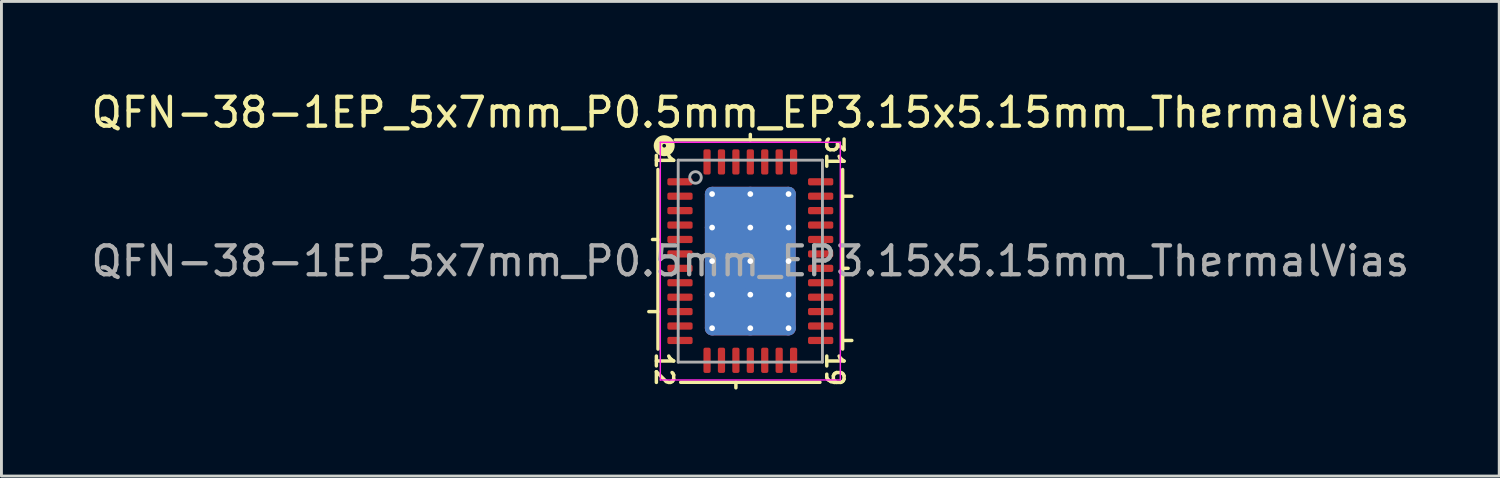
<source format=kicad_pcb>
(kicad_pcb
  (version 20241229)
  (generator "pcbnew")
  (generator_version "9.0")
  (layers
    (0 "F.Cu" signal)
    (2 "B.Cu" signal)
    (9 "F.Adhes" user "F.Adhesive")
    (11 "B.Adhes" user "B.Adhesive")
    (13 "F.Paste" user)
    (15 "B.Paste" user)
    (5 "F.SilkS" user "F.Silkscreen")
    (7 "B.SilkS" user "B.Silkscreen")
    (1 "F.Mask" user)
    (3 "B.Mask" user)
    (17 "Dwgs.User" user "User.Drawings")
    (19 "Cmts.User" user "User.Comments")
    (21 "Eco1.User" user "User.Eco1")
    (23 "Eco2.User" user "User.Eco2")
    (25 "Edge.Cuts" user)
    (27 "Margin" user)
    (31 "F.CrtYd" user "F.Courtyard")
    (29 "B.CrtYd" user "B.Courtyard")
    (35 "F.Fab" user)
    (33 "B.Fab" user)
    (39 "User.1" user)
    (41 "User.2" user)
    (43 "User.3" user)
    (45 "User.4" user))
  (footprint "QFN-38-1EP_5x7mm_P0.5mm_EP3.15x5.15mm_ThermalVias"
    (layer "F.Cu")
    (at 22.958 6.001)
    (property "Reference" "QFN-38-1EP_5x7mm_P0.5mm_EP3.15x5.15mm_ThermalVias" (at 0 -5.152 0) (layer "F.SilkS") (effects (font (size 1 1) (thickness 0.15))))
    (attr smd)
    (fp_line (start -3.2 -3.175) (end -3.2 3.048) (stroke (width 0.12) (type solid)) (layer "F.SilkS"))
    (fp_line (start -3.2 -0.75) (end -3.39 -0.75) (stroke (width 0.12) (type solid)) (layer "F.SilkS"))
    (fp_line (start -3.2 1.75) (end -3.518 1.75) (stroke (width 0.12) (type solid)) (layer "F.SilkS"))
    (fp_line (start -2.413 4.2) (end 2.413 4.2) (stroke (width 0.12) (type solid)) (layer "F.SilkS"))
    (fp_line (start -0.5 4.2) (end -0.5 4.391) (stroke (width 0.12) (type solid)) (layer "F.SilkS"))
    (fp_line (start 0 -4.2) (end 0 -4.391) (stroke (width 0.12) (type solid)) (layer "F.SilkS"))
    (fp_line (start 2.413 -4.2) (end -2.603 -4.2) (stroke (width 0.12) (type solid)) (layer "F.SilkS"))
    (fp_line (start 3.2 -2.25) (end 3.518 -2.25) (stroke (width 0.12) (type solid)) (layer "F.SilkS"))
    (fp_line (start 3.2 0.25) (end 3.39 0.25) (stroke (width 0.12) (type solid)) (layer "F.SilkS"))
    (fp_line (start 3.2 2.75) (end 3.518 2.75) (stroke (width 0.12) (type solid)) (layer "F.SilkS"))
    (fp_line (start 3.2 3.048) (end 3.2 -3.175) (stroke (width 0.12) (type solid)) (layer "F.SilkS"))
    (fp_circle (center -2.985 -4) (end -2.921 -4) (stroke (width 0.3) (type solid)) (fill no) (layer "F.SilkS"))
    (fp_line (start -3.12 -4.12) (end -3.12 4.12) (stroke (width 0.05) (type solid)) (layer "F.CrtYd"))
    (fp_line (start -3.12 4.12) (end 3.12 4.12) (stroke (width 0.05) (type solid)) (layer "F.CrtYd"))
    (fp_line (start 3.12 -4.12) (end -3.12 -4.12) (stroke (width 0.05) (type solid)) (layer "F.CrtYd"))
    (fp_line (start 3.12 4.12) (end 3.12 -4.12) (stroke (width 0.05) (type solid)) (layer "F.CrtYd"))
    (fp_line (start -2.5 -3.5) (end 2.5 -3.5) (stroke (width 0.1) (type solid)) (layer "F.Fab"))
    (fp_line (start -2.5 3.5) (end -2.5 -3.5) (stroke (width 0.1) (type solid)) (layer "F.Fab"))
    (fp_line (start 2.5 -3.5) (end 2.5 3.5) (stroke (width 0.1) (type solid)) (layer "F.Fab"))
    (fp_line (start 2.5 3.5) (end -2.5 3.5) (stroke (width 0.1) (type solid)) (layer "F.Fab"))
    (fp_circle (center -1.9 -2.9) (end -1.7 -2.9) (stroke (width 0.1) (type solid)) (fill no) (layer "F.Fab"))
    (fp_text user "1" (at -2.985 -3.493 270) (unlocked yes) (layer "F.SilkS") (effects (font (size 0.6 0.6) (thickness 0.12))))
    (fp_text user "31" (at 2.921 -3.747 270) (unlocked yes) (layer "F.SilkS") (effects (font (size 0.6 0.6) (thickness 0.12))))
    (fp_text user "19" (at 2.921 3.747 270) (unlocked yes) (layer "F.SilkS") (effects (font (size 0.6 0.6) (thickness 0.12))))
    (fp_text user "12" (at -2.985 3.747 270) (unlocked yes) (layer "F.SilkS") (effects (font (size 0.6 0.6) (thickness 0.12))))
    (fp_text user "${REFERENCE}" (at 0 0 0) (layer "F.Fab") (effects (font (size 1 1) (thickness 0.15))))
    (pad "" smd roundrect (at -0.79 -1.935) (size 1.36 1.12) (layers "F.Paste") (roundrect_rratio 0.223))
    (pad "" smd roundrect (at -0.79 -0.645) (size 1.36 1.12) (layers "F.Paste") (roundrect_rratio 0.223))
    (pad "" smd roundrect (at -0.79 0.645) (size 1.36 1.12) (layers "F.Paste") (roundrect_rratio 0.223))
    (pad "" smd roundrect (at -0.79 1.935) (size 1.36 1.12) (layers "F.Paste") (roundrect_rratio 0.223))
    (pad "" smd roundrect (at 0.79 -1.935) (size 1.36 1.12) (layers "F.Paste") (roundrect_rratio 0.223))
    (pad "" smd roundrect (at 0.79 -0.645) (size 1.36 1.12) (layers "F.Paste") (roundrect_rratio 0.223))
    (pad "" smd roundrect (at 0.79 0.645) (size 1.36 1.12) (layers "F.Paste") (roundrect_rratio 0.223))
    (pad "" smd roundrect (at 0.79 1.935) (size 1.36 1.12) (layers "F.Paste") (roundrect_rratio 0.223))
    (pad "1" smd roundrect (at -2.438 -2.75) (size 0.875 0.25) (layers "F.Cu" "F.Mask" "F.Paste") (roundrect_rratio 0.25))
    (pad "2" smd roundrect (at -2.438 -2.25) (size 0.875 0.25) (layers "F.Cu" "F.Mask" "F.Paste") (roundrect_rratio 0.25))
    (pad "3" smd roundrect (at -2.438 -1.75) (size 0.875 0.25) (layers "F.Cu" "F.Mask" "F.Paste") (roundrect_rratio 0.25))
    (pad "4" smd roundrect (at -2.438 -1.25) (size 0.875 0.25) (layers "F.Cu" "F.Mask" "F.Paste") (roundrect_rratio 0.25))
    (pad "5" smd roundrect (at -2.438 -0.75) (size 0.875 0.25) (layers "F.Cu" "F.Mask" "F.Paste") (roundrect_rratio 0.25))
    (pad "6" smd roundrect (at -2.438 -0.25) (size 0.875 0.25) (layers "F.Cu" "F.Mask" "F.Paste") (roundrect_rratio 0.25))
    (pad "7" smd roundrect (at -2.438 0.25) (size 0.875 0.25) (layers "F.Cu" "F.Mask" "F.Paste") (roundrect_rratio 0.25))
    (pad "8" smd roundrect (at -2.438 0.75) (size 0.875 0.25) (layers "F.Cu" "F.Mask" "F.Paste") (roundrect_rratio 0.25))
    (pad "9" smd roundrect (at -2.438 1.25) (size 0.875 0.25) (layers "F.Cu" "F.Mask" "F.Paste") (roundrect_rratio 0.25))
    (pad "10" smd roundrect (at -2.438 1.75) (size 0.875 0.25) (layers "F.Cu" "F.Mask" "F.Paste") (roundrect_rratio 0.25))
    (pad "11" smd roundrect (at -2.438 2.25) (size 0.875 0.25) (layers "F.Cu" "F.Mask" "F.Paste") (roundrect_rratio 0.25))
    (pad "12" smd roundrect (at -2.438 2.75) (size 0.875 0.25) (layers "F.Cu" "F.Mask" "F.Paste") (roundrect_rratio 0.25))
    (pad "13" smd roundrect (at -1.5 3.438) (size 0.25 0.875) (layers "F.Cu" "F.Mask" "F.Paste") (roundrect_rratio 0.25))
    (pad "14" smd roundrect (at -1 3.438) (size 0.25 0.875) (layers "F.Cu" "F.Mask" "F.Paste") (roundrect_rratio 0.25))
    (pad "15" smd roundrect (at -0.5 3.438) (size 0.25 0.875) (layers "F.Cu" "F.Mask" "F.Paste") (roundrect_rratio 0.25))
    (pad "16" smd roundrect (at 0 3.438) (size 0.25 0.875) (layers "F.Cu" "F.Mask" "F.Paste") (roundrect_rratio 0.25))
    (pad "17" smd roundrect (at 0.5 3.438) (size 0.25 0.875) (layers "F.Cu" "F.Mask" "F.Paste") (roundrect_rratio 0.25))
    (pad "18" smd roundrect (at 1 3.438) (size 0.25 0.875) (layers "F.Cu" "F.Mask" "F.Paste") (roundrect_rratio 0.25))
    (pad "19" smd roundrect (at 1.5 3.438) (size 0.25 0.875) (layers "F.Cu" "F.Mask" "F.Paste") (roundrect_rratio 0.25))
    (pad "20" smd roundrect (at 2.438 2.75) (size 0.875 0.25) (layers "F.Cu" "F.Mask" "F.Paste") (roundrect_rratio 0.25))
    (pad "21" smd roundrect (at 2.438 2.25) (size 0.875 0.25) (layers "F.Cu" "F.Mask" "F.Paste") (roundrect_rratio 0.25))
    (pad "22" smd roundrect (at 2.438 1.75) (size 0.875 0.25) (layers "F.Cu" "F.Mask" "F.Paste") (roundrect_rratio 0.25))
    (pad "23" smd roundrect (at 2.438 1.25) (size 0.875 0.25) (layers "F.Cu" "F.Mask" "F.Paste") (roundrect_rratio 0.25))
    (pad "24" smd roundrect (at 2.438 0.75) (size 0.875 0.25) (layers "F.Cu" "F.Mask" "F.Paste") (roundrect_rratio 0.25))
    (pad "25" smd roundrect (at 2.438 0.25) (size 0.875 0.25) (layers "F.Cu" "F.Mask" "F.Paste") (roundrect_rratio 0.25))
    (pad "26" smd roundrect (at 2.438 -0.25) (size 0.875 0.25) (layers "F.Cu" "F.Mask" "F.Paste") (roundrect_rratio 0.25))
    (pad "27" smd roundrect (at 2.438 -0.75) (size 0.875 0.25) (layers "F.Cu" "F.Mask" "F.Paste") (roundrect_rratio 0.25))
    (pad "28" smd roundrect (at 2.438 -1.25) (size 0.875 0.25) (layers "F.Cu" "F.Mask" "F.Paste") (roundrect_rratio 0.25))
    (pad "29" smd roundrect (at 2.438 -1.75) (size 0.875 0.25) (layers "F.Cu" "F.Mask" "F.Paste") (roundrect_rratio 0.25))
    (pad "30" smd roundrect (at 2.438 -2.25) (size 0.875 0.25) (layers "F.Cu" "F.Mask" "F.Paste") (roundrect_rratio 0.25))
    (pad "31" smd roundrect (at 2.438 -2.75) (size 0.875 0.25) (layers "F.Cu" "F.Mask" "F.Paste") (roundrect_rratio 0.25))
    (pad "32" smd roundrect (at 1.5 -3.438) (size 0.25 0.875) (layers "F.Cu" "F.Mask" "F.Paste") (roundrect_rratio 0.25))
    (pad "33" smd roundrect (at 1 -3.438) (size 0.25 0.875) (layers "F.Cu" "F.Mask" "F.Paste") (roundrect_rratio 0.25))
    (pad "34" smd roundrect (at 0.5 -3.438) (size 0.25 0.875) (layers "F.Cu" "F.Mask" "F.Paste") (roundrect_rratio 0.25))
    (pad "35" smd roundrect (at 0 -3.438) (size 0.25 0.875) (layers "F.Cu" "F.Mask" "F.Paste") (roundrect_rratio 0.25))
    (pad "36" smd roundrect (at -0.5 -3.438) (size 0.25 0.875) (layers "F.Cu" "F.Mask" "F.Paste") (roundrect_rratio 0.25))
    (pad "37" smd roundrect (at -1 -3.438) (size 0.25 0.875) (layers "F.Cu" "F.Mask" "F.Paste") (roundrect_rratio 0.25))
    (pad "38" smd roundrect (at -1.5 -3.438) (size 0.25 0.875) (layers "F.Cu" "F.Mask" "F.Paste") (roundrect_rratio 0.25))
    (pad "39" thru_hole circle (at -1.325 -2.325) (size 0.5 0.5) (drill 0.2) (property pad_prop_heatsink) (layers "*.Cu"))
    (pad "39" thru_hole circle (at -1.325 -1.163) (size 0.5 0.5) (drill 0.2) (property pad_prop_heatsink) (layers "*.Cu"))
    (pad "39" thru_hole circle (at -1.325 0) (size 0.5 0.5) (drill 0.2) (property pad_prop_heatsink) (layers "*.Cu"))
    (pad "39" thru_hole circle (at -1.325 1.163) (size 0.5 0.5) (drill 0.2) (property pad_prop_heatsink) (layers "*.Cu"))
    (pad "39" thru_hole circle (at -1.325 2.325) (size 0.5 0.5) (drill 0.2) (property pad_prop_heatsink) (layers "*.Cu"))
    (pad "39" thru_hole circle (at 0 -2.325) (size 0.5 0.5) (drill 0.2) (property pad_prop_heatsink) (layers "*.Cu"))
    (pad "39" thru_hole circle (at 0 -1.163) (size 0.5 0.5) (drill 0.2) (property pad_prop_heatsink) (layers "*.Cu"))
    (pad "39" thru_hole circle (at 0 0) (size 0.5 0.5) (drill 0.2) (property pad_prop_heatsink) (layers "*.Cu"))
    (pad "39" smd roundrect (at 0 0) (size 3.15 5.15) (layers "F.Cu" "F.Mask") (roundrect_rratio 0.079))
    (pad "39" smd roundrect (at 0 0) (size 3.15 5.15) (layers "B.Cu" "B.Mask") (roundrect_rratio 0.079))
    (pad "39" thru_hole circle (at 0 1.163) (size 0.5 0.5) (drill 0.2) (property pad_prop_heatsink) (layers "*.Cu"))
    (pad "39" thru_hole circle (at 0 2.325) (size 0.5 0.5) (drill 0.2) (property pad_prop_heatsink) (layers "*.Cu"))
    (pad "39" thru_hole circle (at 1.325 -2.325) (size 0.5 0.5) (drill 0.2) (property pad_prop_heatsink) (layers "*.Cu"))
    (pad "39" thru_hole circle (at 1.325 -1.163) (size 0.5 0.5) (drill 0.2) (property pad_prop_heatsink) (layers "*.Cu"))
    (pad "39" thru_hole circle (at 1.325 0) (size 0.5 0.5) (drill 0.2) (property pad_prop_heatsink) (layers "*.Cu"))
    (pad "39" thru_hole circle (at 1.325 1.163) (size 0.5 0.5) (drill 0.2) (property pad_prop_heatsink) (layers "*.Cu"))
    (pad "39" thru_hole circle (at 1.325 2.325) (size 0.5 0.5) (drill 0.2) (property pad_prop_heatsink) (layers "*.Cu")))
  (gr_rect
    (start -3 -3)
    (end 48.917 13.451)
    (stroke (width 0.1) (type default))
    (fill no)
    (layer "Edge.Cuts")))
</source>
